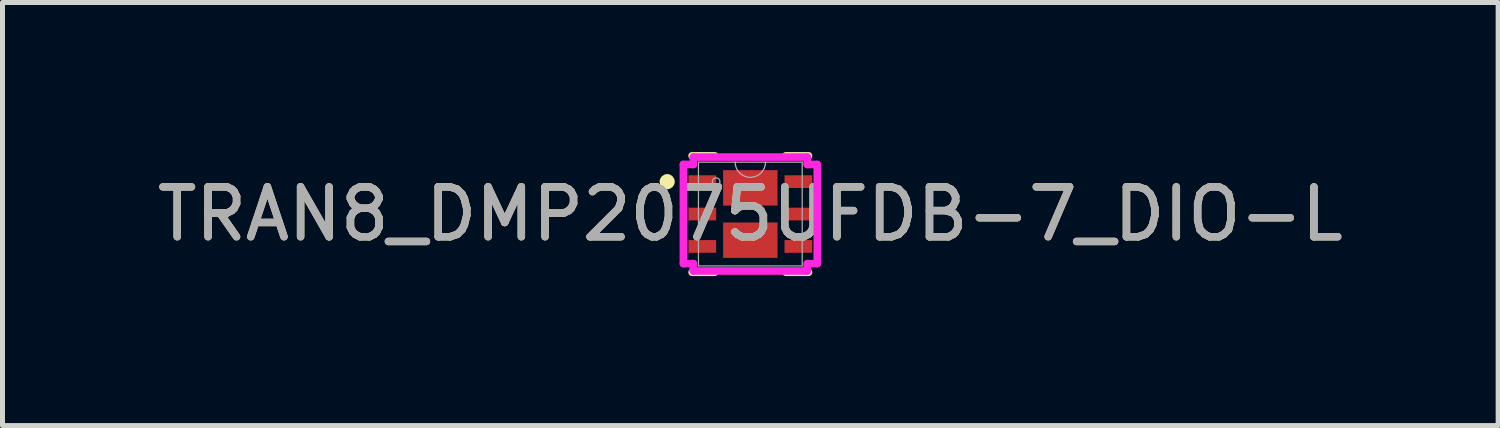
<source format=kicad_pcb>
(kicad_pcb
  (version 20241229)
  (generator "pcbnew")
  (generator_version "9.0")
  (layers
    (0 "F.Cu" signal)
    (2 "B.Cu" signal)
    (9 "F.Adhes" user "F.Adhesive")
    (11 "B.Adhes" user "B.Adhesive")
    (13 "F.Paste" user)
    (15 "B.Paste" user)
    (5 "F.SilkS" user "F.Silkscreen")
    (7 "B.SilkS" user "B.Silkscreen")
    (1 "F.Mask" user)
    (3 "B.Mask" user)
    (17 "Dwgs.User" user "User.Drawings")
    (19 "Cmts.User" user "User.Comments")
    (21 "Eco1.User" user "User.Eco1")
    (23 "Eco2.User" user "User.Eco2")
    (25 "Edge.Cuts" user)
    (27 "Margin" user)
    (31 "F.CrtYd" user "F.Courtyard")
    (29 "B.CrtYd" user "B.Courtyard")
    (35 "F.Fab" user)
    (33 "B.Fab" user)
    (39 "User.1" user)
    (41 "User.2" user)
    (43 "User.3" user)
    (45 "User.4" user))
  (footprint "TRAN8_DMP2075UFDB-7_DIO-L"
    (layer "F.Cu")
    (at 12.006 1.245)
    (property "Reference" "TRAN8_DMP2075UFDB-7_DIO-L" (at 0 0 0) (unlocked yes) (layer "F.SilkS") (effects (font (size 1 1) (thickness 0.15))))
    (attr smd)
    (fp_line (start -1.168 1.168) (end -0.713 1.168) (stroke (width 0.152) (type solid)) (layer "F.SilkS"))
    (fp_line (start -0.713 -1.168) (end -1.168 -1.168) (stroke (width 0.152) (type solid)) (layer "F.SilkS"))
    (fp_line (start 0.713 1.168) (end 1.168 1.168) (stroke (width 0.152) (type solid)) (layer "F.SilkS"))
    (fp_line (start 1.168 -1.168) (end 0.713 -1.168) (stroke (width 0.152) (type solid)) (layer "F.SilkS"))
    (fp_circle (center -1.668 -0.65) (end -1.592 -0.65) (stroke (width 0.152) (type solid)) (fill no) (layer "F.SilkS"))
    (fp_line (start -1.343 -0.995) (end -1.143 -0.995) (stroke (width 0.152) (type solid)) (layer "F.CrtYd"))
    (fp_line (start -1.343 0.995) (end -1.343 -0.995) (stroke (width 0.152) (type solid)) (layer "F.CrtYd"))
    (fp_line (start -1.343 0.995) (end -1.143 0.995) (stroke (width 0.152) (type solid)) (layer "F.CrtYd"))
    (fp_line (start -1.143 -1.143) (end 1.143 -1.143) (stroke (width 0.152) (type solid)) (layer "F.CrtYd"))
    (fp_line (start -1.143 -0.995) (end -1.143 -1.143) (stroke (width 0.152) (type solid)) (layer "F.CrtYd"))
    (fp_line (start -1.143 1.143) (end -1.143 0.995) (stroke (width 0.152) (type solid)) (layer "F.CrtYd"))
    (fp_line (start 1.143 -1.143) (end 1.143 -0.995) (stroke (width 0.152) (type solid)) (layer "F.CrtYd"))
    (fp_line (start 1.143 0.995) (end 1.143 1.143) (stroke (width 0.152) (type solid)) (layer "F.CrtYd"))
    (fp_line (start 1.143 1.143) (end -1.143 1.143) (stroke (width 0.152) (type solid)) (layer "F.CrtYd"))
    (fp_line (start 1.343 -0.995) (end 1.143 -0.995) (stroke (width 0.152) (type solid)) (layer "F.CrtYd"))
    (fp_line (start 1.343 -0.995) (end 1.343 0.995) (stroke (width 0.152) (type solid)) (layer "F.CrtYd"))
    (fp_line (start 1.343 0.995) (end 1.143 0.995) (stroke (width 0.152) (type solid)) (layer "F.CrtYd"))
    (fp_line (start -1.041 -1.041) (end -1.041 1.041) (stroke (width 0.025) (type solid)) (layer "F.Fab"))
    (fp_line (start -1.041 1.041) (end 1.041 1.041) (stroke (width 0.025) (type solid)) (layer "F.Fab"))
    (fp_line (start 1.041 -1.041) (end -1.041 -1.041) (stroke (width 0.025) (type solid)) (layer "F.Fab"))
    (fp_line (start 1.041 1.041) (end 1.041 -1.041) (stroke (width 0.025) (type solid)) (layer "F.Fab"))
    (fp_arc (start 0.3048 -1.0414) (mid 0 -0.7366) (end -0.3048 -1.0414) (stroke (width 0.0254) (type solid)) (layer "F.Fab"))
    (fp_circle (center -0.686 -0.65) (end -0.61 -0.65) (stroke (width 0.025) (type solid)) (fill no) (layer "F.Fab"))
    (fp_text user "${REFERENCE}" (at 0 0 0) (unlocked yes) (layer "F.Fab") (effects (font (size 1 1) (thickness 0.15))))
    (pad "1" smd rect (at -0.964 -0.65) (size 0.556 0.255) (layers "F.Cu" "F.Mask" "F.Paste"))
    (pad "2" smd rect (at -0.964 0) (size 0.556 0.255) (layers "F.Cu" "F.Mask" "F.Paste"))
    (pad "3" smd rect (at -0.964 0.65) (size 0.556 0.255) (layers "F.Cu" "F.Mask" "F.Paste"))
    (pad "4" smd rect (at 0.964 0.65) (size 0.556 0.255) (layers "F.Cu" "F.Mask" "F.Paste"))
    (pad "5" smd rect (at 0.964 0) (size 0.556 0.255) (layers "F.Cu" "F.Mask" "F.Paste"))
    (pad "6" smd rect (at 0.964 -0.65) (size 0.556 0.255) (layers "F.Cu" "F.Mask" "F.Paste"))
    (pad "7" smd rect (at 0 -0.525) (size 1.092 0.711) (layers "F.Cu" "F.Mask" "F.Paste"))
    (pad "8" smd rect (at 0 0.525) (size 1.092 0.711) (layers "F.Cu" "F.Mask" "F.Paste")))
  (gr_rect
    (start -3 -3)
    (end 27.012 5.489)
    (stroke (width 0.1) (type default))
    (fill no)
    (layer "Edge.Cuts")))
</source>
